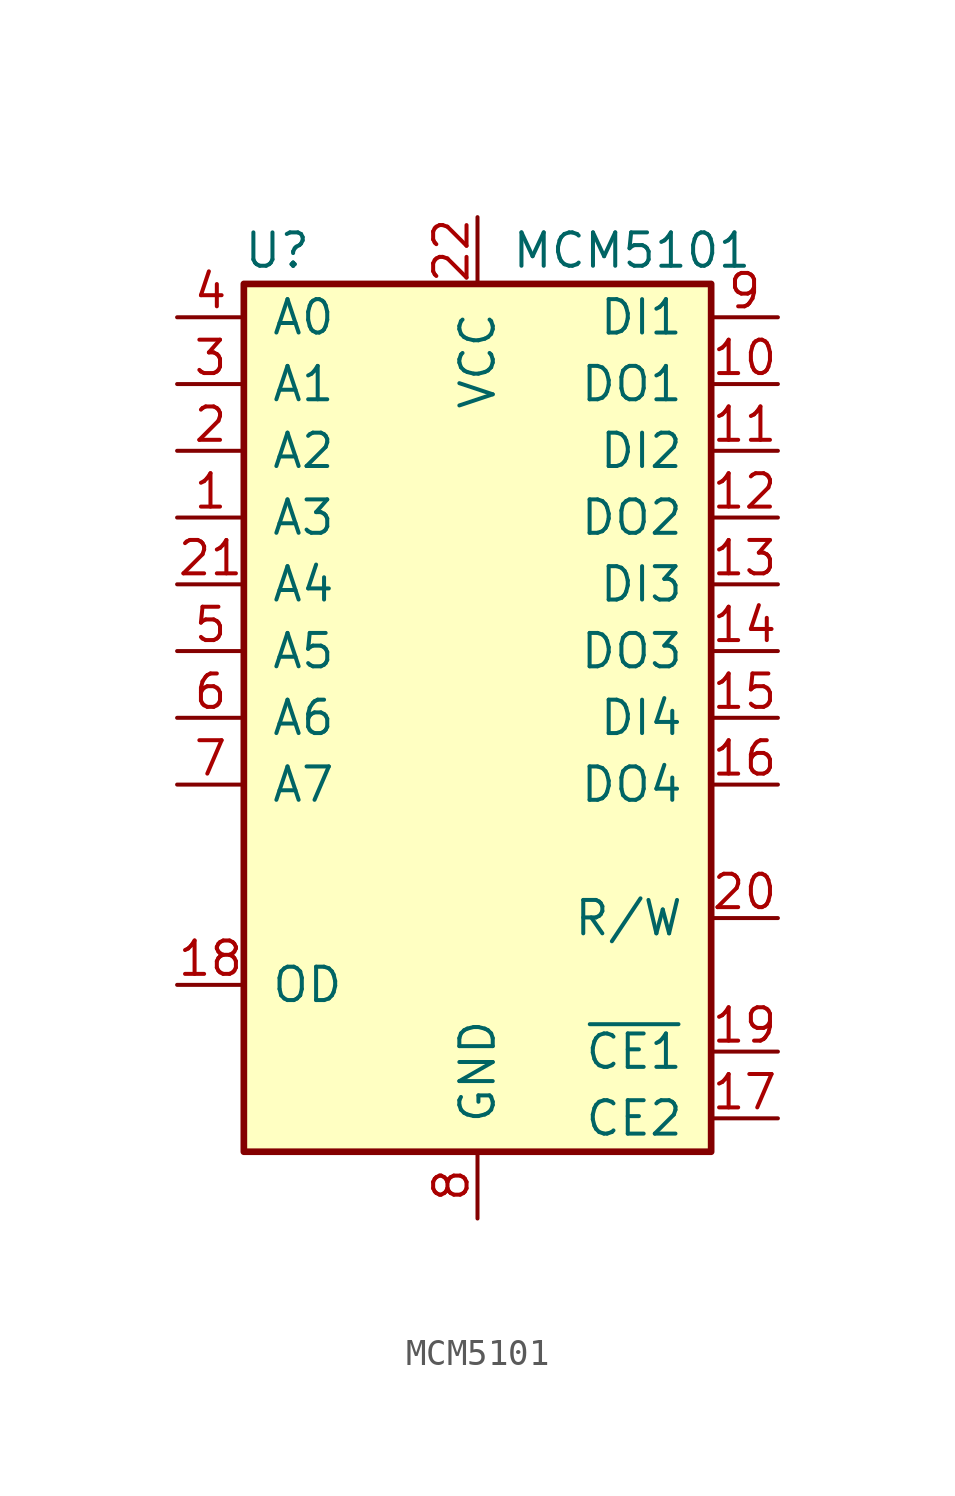
<source format=kicad_sym>
(kicad_symbol_lib
  (version 20231120)
  (generator "kicad_symbol_editor")
  (generator_version "8.0")
  (symbol "MCM5101"
    (pin_names
      (offset 1.016))
    (property "Reference" "U"
      (at -7.62 17.78 0)
      (effects (font (size 1.27 1.27))))
    (property "Value" "MCM5101"
      (at 1.27 17.78 0)
      (effects (font (size 1.27 1.27)) (justify left)))
    (symbol "MCM5101_0_1"
      (rectangle (start -8.89 16.51) (end 8.89 -16.51) (stroke (width 0.254) (type default)) (fill (type background))))
    (symbol "MCM5101_1_0"
      (pin input line (at 11.43 -7.62 180) (length 2.54) (name "R/W" (effects (font (size 1.27 1.27)))) (number "20" (effects (font (size 1.27 1.27)))))
      (pin power_in line (at 0 19.05 270) (length 2.54) (name "VCC" (effects (font (size 1.27 1.27)))) (number "22" (effects (font (size 1.27 1.27))))))
    (symbol "MCM5101_1_1"
      (pin input line (at -11.43 7.62 0) (length 2.54) (name "A3" (effects (font (size 1.27 1.27)))) (number "1" (effects (font (size 1.27 1.27)))))
      (pin output line (at 11.43 12.7 180) (length 2.54) (name "DO1" (effects (font (size 1.27 1.27)))) (number "10" (effects (font (size 1.27 1.27)))))
      (pin input line (at 11.43 10.16 180) (length 2.54) (name "DI2" (effects (font (size 1.27 1.27)))) (number "11" (effects (font (size 1.27 1.27)))))
      (pin output line (at 11.43 7.62 180) (length 2.54) (name "DO2" (effects (font (size 1.27 1.27)))) (number "12" (effects (font (size 1.27 1.27)))))
      (pin input line (at 11.43 5.08 180) (length 2.54) (name "DI3" (effects (font (size 1.27 1.27)))) (number "13" (effects (font (size 1.27 1.27)))))
      (pin output line (at 11.43 2.54 180) (length 2.54) (name "DO3" (effects (font (size 1.27 1.27)))) (number "14" (effects (font (size 1.27 1.27)))))
      (pin input line (at 11.43 0 180) (length 2.54) (name "DI4" (effects (font (size 1.27 1.27)))) (number "15" (effects (font (size 1.27 1.27)))))
      (pin output line (at 11.43 -2.54 180) (length 2.54) (name "DO4" (effects (font (size 1.27 1.27)))) (number "16" (effects (font (size 1.27 1.27)))))
      (pin input line (at 11.43 -15.24 180) (length 2.54) (name "CE2" (effects (font (size 1.27 1.27)))) (number "17" (effects (font (size 1.27 1.27)))))
      (pin input line (at -11.43 -10.16 0) (length 2.54) (name "OD" (effects (font (size 1.27 1.27)))) (number "18" (effects (font (size 1.27 1.27)))))
      (pin input line (at 11.43 -12.7 180) (length 2.54) (name "~{CE1}" (effects (font (size 1.27 1.27)))) (number "19" (effects (font (size 1.27 1.27)))))
      (pin input line (at -11.43 10.16 0) (length 2.54) (name "A2" (effects (font (size 1.27 1.27)))) (number "2" (effects (font (size 1.27 1.27)))))
      (pin input line (at -11.43 5.08 0) (length 2.54) (name "A4" (effects (font (size 1.27 1.27)))) (number "21" (effects (font (size 1.27 1.27)))))
      (pin input line (at -11.43 12.7 0) (length 2.54) (name "A1" (effects (font (size 1.27 1.27)))) (number "3" (effects (font (size 1.27 1.27)))))
      (pin input line (at -11.43 15.24 0) (length 2.54) (name "A0" (effects (font (size 1.27 1.27)))) (number "4" (effects (font (size 1.27 1.27)))))
      (pin input line (at -11.43 2.54 0) (length 2.54) (name "A5" (effects (font (size 1.27 1.27)))) (number "5" (effects (font (size 1.27 1.27)))))
      (pin input line (at -11.43 0 0) (length 2.54) (name "A6" (effects (font (size 1.27 1.27)))) (number "6" (effects (font (size 1.27 1.27)))))
      (pin input line (at -11.43 -2.54 0) (length 2.54) (name "A7" (effects (font (size 1.27 1.27)))) (number "7" (effects (font (size 1.27 1.27)))))
      (pin power_in line (at 0 -19.05 90) (length 2.54) (name "GND" (effects (font (size 1.27 1.27)))) (number "8" (effects (font (size 1.27 1.27)))))
      (pin input line (at 11.43 15.24 180) (length 2.54) (name "DI1" (effects (font (size 1.27 1.27)))) (number "9" (effects (font (size 1.27 1.27))))))))
</source>
